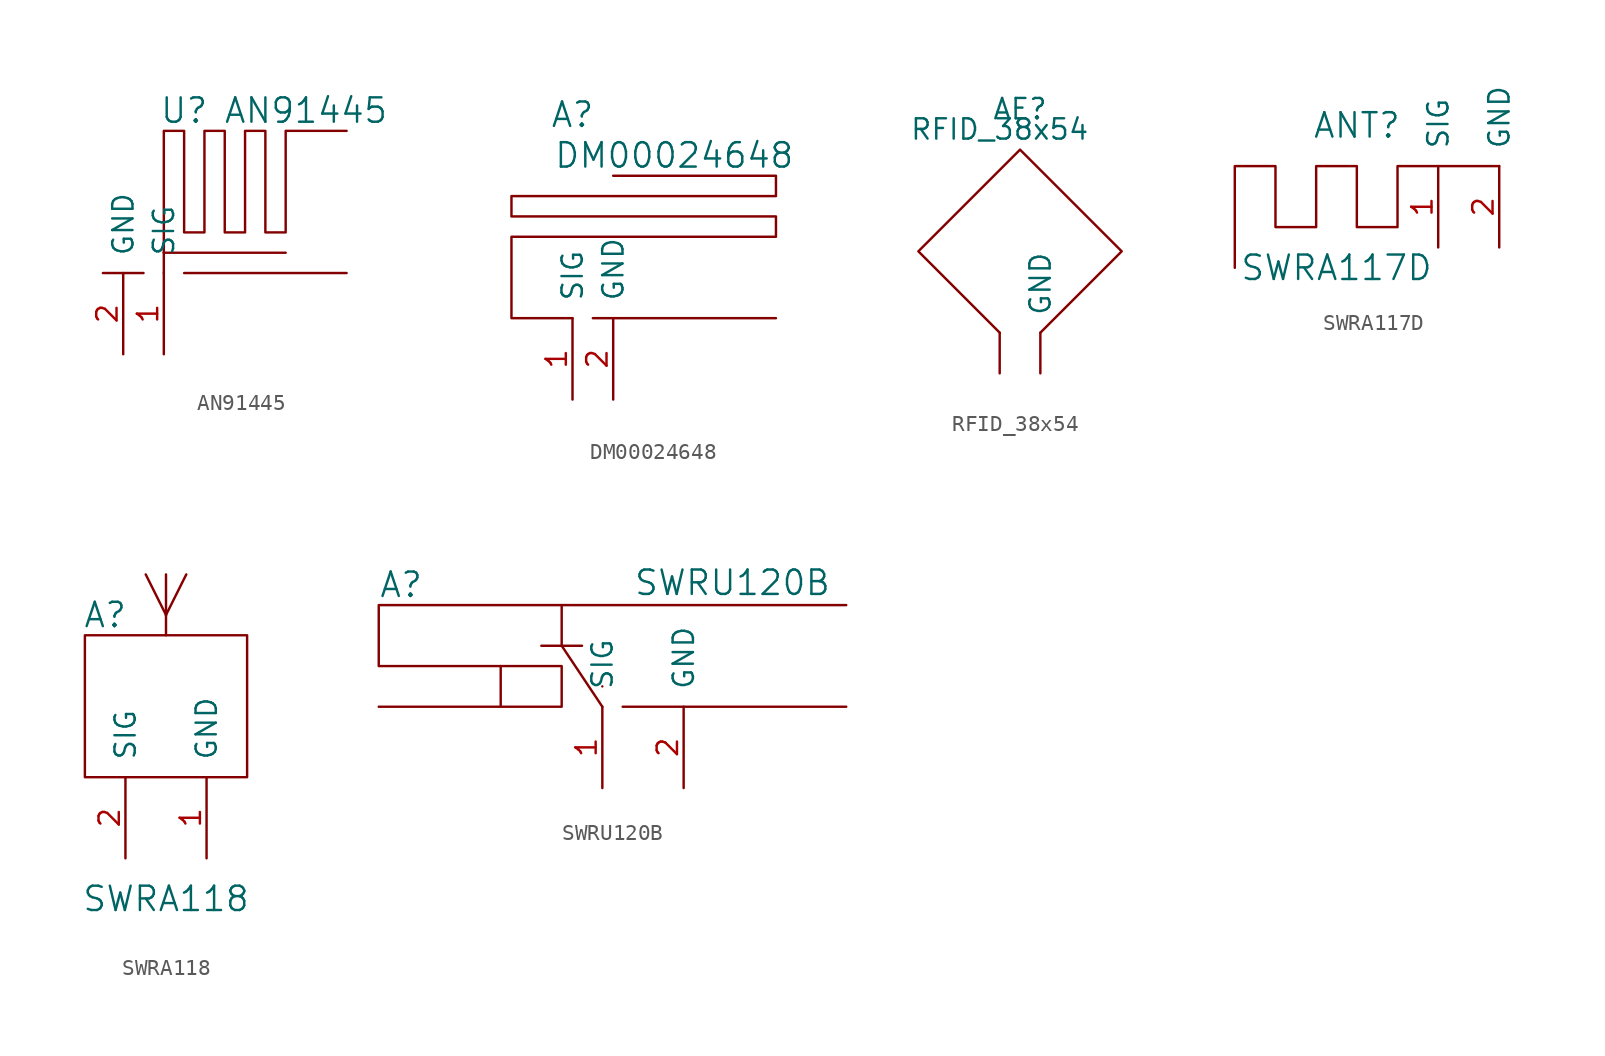
<source format=kicad_sym>
(kicad_symbol_lib
  (version 20220914)
  (generator kicad_symbol_editor)
  (symbol "AN91445"
    (pin_names
      (offset 1.016))
    (property "Reference" "U"
      (at 1.27 8.89 0)
      (effects (font (size 1.524 1.524))))
    (property "Value" "AN91445"
      (at 8.89 8.89 0)
      (effects (font (size 1.524 1.524))))
    (symbol "AN91445_0_1"
      (polyline (pts (xy -1.27 -1.27) (xy -3.81 -1.27)) (stroke (width 0) (type solid)) (fill (type none)))
      (polyline (pts (xy 0 0) (xy 0 -1.27)) (stroke (width 0) (type solid)) (fill (type none)))
      (polyline (pts (xy 0 0) (xy 7.62 0)) (stroke (width 0) (type solid)) (fill (type none)))
      (polyline (pts (xy 1.27 -1.27) (xy 11.43 -1.27)) (stroke (width 0) (type solid)) (fill (type none)))
      (polyline (pts (xy 0 0) (xy 0 7.62) (xy 1.27 7.62) (xy 1.27 1.27) (xy 2.54 1.27) (xy 2.54 7.62) (xy 3.81 7.62) (xy 3.81 1.27) (xy 5.08 1.27) (xy 5.08 7.62) (xy 6.35 7.62) (xy 6.35 1.27) (xy 7.62 1.27) (xy 7.62 7.62) (xy 11.43 7.62)) (stroke (width 0) (type solid)) (fill (type none))))
    (symbol "AN91445_1_1"
      (pin input line (at 0 -6.35 90) (length 5.08) (name "SIG" (effects (font (size 1.27 1.27)))) (number "1" (effects (font (size 1.27 1.27)))))
      (pin input line (at -2.54 -6.35 90) (length 5.08) (name "GND" (effects (font (size 1.27 1.27)))) (number "2" (effects (font (size 1.27 1.27)))))))
  (symbol "DM00024648"
    (pin_names
      (offset 1.016))
    (property "Reference" "A"
      (at 3.81 12.7 0)
      (effects (font (size 1.524 1.524))))
    (property "Value" "DM00024648"
      (at 10.16 10.16 0)
      (effects (font (size 1.524 1.524))))
    (symbol "DM00024648_0_1"
      (polyline (pts (xy 5.08 0) (xy 16.51 0)) (stroke (width 0) (type solid)) (fill (type none)))
      (polyline (pts (xy 3.81 0) (xy 0 0) (xy 0 5.08) (xy 16.51 5.08) (xy 16.51 6.35) (xy 0 6.35) (xy 0 7.62) (xy 16.51 7.62) (xy 16.51 8.89) (xy 6.35 8.89)) (stroke (width 0) (type solid)) (fill (type none))))
    (symbol "DM00024648_1_1"
      (pin input line (at 3.81 -5.08 90) (length 5.08) (name "SIG" (effects (font (size 1.27 1.27)))) (number "1" (effects (font (size 1.27 1.27)))))
      (pin input line (at 6.35 -5.08 90) (length 5.08) (name "GND" (effects (font (size 1.27 1.27)))) (number "2" (effects (font (size 1.27 1.27)))))))
  (symbol "RFID_38x54"
    (pin_numbers hide)
    (pin_names
      (offset 1.016))
    (property "Reference" "AE"
      (at 1.27 11.43 0)
      (effects (font (size 1.27 1.27))))
    (property "Value" "RFID_38x54"
      (at 0 10.16 0)
      (effects (font (size 1.27 1.27))))
    (symbol "RFID_38x54_0_1"
      (polyline (pts (xy 0 -2.54) (xy -5.08 2.54) (xy 1.27 8.89) (xy 7.62 2.54) (xy 2.54 -2.54)) (stroke (width 0) (type solid)) (fill (type none))))
    (symbol "RFID_38x54_1_1"
      (pin input line (at 0 -5.08 90) (length 2.54) (name "~" (effects (font (size 1.27 1.27)))) (number "1" (effects (font (size 1.27 1.27)))))
      (pin input line (at 2.54 -5.08 90) (length 2.54) (name "GND" (effects (font (size 1.27 1.27)))) (number "2" (effects (font (size 1.27 1.27)))))))
  (symbol "SWRA117D"
    (pin_names
      (offset 1.016))
    (property "Reference" "ANT"
      (at 7.62 8.89 0)
      (effects (font (size 1.524 1.524))))
    (property "Value" "SWRA117D"
      (at 6.35 0 0)
      (effects (font (size 1.524 1.524))))
    (symbol "SWRA117D_0_1"
      (polyline (pts (xy 16.51 6.35) (xy 12.7 6.35) (xy 10.16 6.35) (xy 10.16 2.54) (xy 7.62 2.54) (xy 7.62 6.35) (xy 5.08 6.35) (xy 5.08 2.54) (xy 2.54 2.54) (xy 2.54 6.35) (xy 0 6.35) (xy 0 0)) (stroke (width 0) (type solid)) (fill (type none))))
    (symbol "SWRA117D_1_1"
      (pin power_in line (at 12.7 1.27 90) (length 5.08) (name "SIG" (effects (font (size 1.27 1.27)))) (number "1" (effects (font (size 1.27 1.27)))))
      (pin power_in line (at 16.51 1.27 90) (length 5.08) (name "GND" (effects (font (size 1.27 1.27)))) (number "2" (effects (font (size 1.27 1.27)))))))
  (symbol "SWRA118"
    (pin_names
      (offset 1.016))
    (property "Reference" "A"
      (at 1.27 10.16 0)
      (effects (font (size 1.524 1.524))))
    (property "Value" "SWRA118"
      (at 5.08 -7.62 0)
      (effects (font (size 1.524 1.524))))
    (symbol "SWRA118_0_1"
      (polyline (pts (xy 5.08 8.89) (xy 5.08 10.16)) (stroke (width 0) (type solid)) (fill (type none)))
      (polyline (pts (xy 5.08 10.16) (xy 3.81 12.7)) (stroke (width 0) (type solid)) (fill (type none)))
      (polyline (pts (xy 5.08 10.16) (xy 5.08 12.7)) (stroke (width 0) (type solid)) (fill (type none)))
      (polyline (pts (xy 5.08 10.16) (xy 6.35 12.7)) (stroke (width 0) (type solid)) (fill (type none)))
      (rectangle (start 0 8.89) (end 10.16 0) (stroke (width 0) (type solid)) (fill (type none))))
    (symbol "SWRA118_1_1"
      (pin input line (at 7.62 -5.08 90) (length 5.08) (name "GND" (effects (font (size 1.27 1.27)))) (number "1" (effects (font (size 1.27 1.27)))))
      (pin input line (at 2.54 -5.08 90) (length 5.08) (name "SIG" (effects (font (size 1.27 1.27)))) (number "2" (effects (font (size 1.27 1.27)))))))
  (symbol "SWRU120B"
    (pin_names
      (offset 1.016))
    (property "Reference" "A"
      (at -13.843 8.89 0)
      (effects (font (size 1.524 1.524))))
    (property "Value" "SWRU120B"
      (at 6.858 9.017 0)
      (effects (font (size 1.524 1.524))))
    (symbol "SWRU120B_0_1"
      (rectangle (start -1.27 2.54) (end -1.27 2.54) (stroke (width 0) (type solid)) (fill (type none)))
      (polyline (pts (xy -7.62 3.81) (xy -7.62 1.27)) (stroke (width 0) (type solid)) (fill (type none)))
      (polyline (pts (xy -5.08 5.08) (xy -2.54 5.08)) (stroke (width 0) (type solid)) (fill (type none)))
      (polyline (pts (xy 0 1.27) (xy 13.97 1.27)) (stroke (width 0) (type solid)) (fill (type none)))
      (polyline (pts (xy -1.27 1.27) (xy -3.81 5.08) (xy -3.81 7.62)) (stroke (width 0) (type solid)) (fill (type none)))
      (polyline (pts (xy 13.97 7.62) (xy -15.24 7.62) (xy -15.24 3.81) (xy -3.81 3.81) (xy -3.81 1.27) (xy -15.24 1.27)) (stroke (width 0) (type solid)) (fill (type none))))
    (symbol "SWRU120B_1_1"
      (pin input line (at -1.27 -3.81 90) (length 5.08) (name "SIG" (effects (font (size 1.27 1.27)))) (number "1" (effects (font (size 1.27 1.27)))))
      (pin power_in line (at 3.81 -3.81 90) (length 5.08) (name "GND" (effects (font (size 1.27 1.27)))) (number "2" (effects (font (size 1.27 1.27))))))))
</source>
